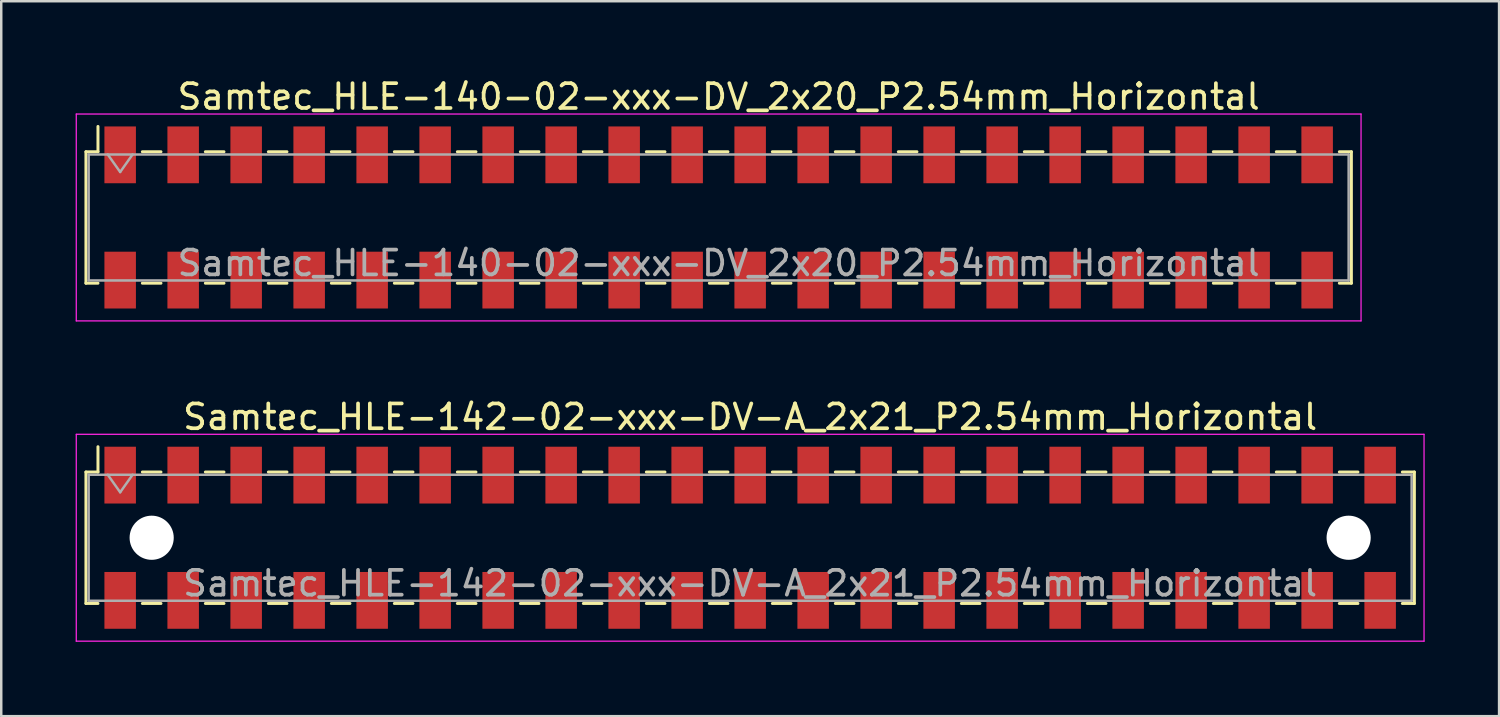
<source format=kicad_pcb>
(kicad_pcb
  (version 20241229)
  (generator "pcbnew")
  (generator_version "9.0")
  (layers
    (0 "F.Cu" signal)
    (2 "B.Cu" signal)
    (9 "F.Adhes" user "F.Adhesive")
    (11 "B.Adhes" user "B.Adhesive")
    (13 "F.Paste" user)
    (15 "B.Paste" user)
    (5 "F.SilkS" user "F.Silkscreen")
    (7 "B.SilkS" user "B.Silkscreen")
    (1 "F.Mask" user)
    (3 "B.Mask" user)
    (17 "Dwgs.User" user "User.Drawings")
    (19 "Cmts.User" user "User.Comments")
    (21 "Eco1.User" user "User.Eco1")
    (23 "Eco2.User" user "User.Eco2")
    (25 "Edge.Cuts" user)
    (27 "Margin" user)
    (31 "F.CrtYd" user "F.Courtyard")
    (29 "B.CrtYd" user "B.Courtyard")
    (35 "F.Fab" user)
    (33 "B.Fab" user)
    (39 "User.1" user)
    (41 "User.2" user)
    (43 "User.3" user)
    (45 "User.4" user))
  (footprint "Samtec_HLE-142-02-xxx-DV-A_2x21_P2.54mm_Horizontal"
    (layer "F.Cu")
    (at 27.195 18.631)
    (property "Reference" "Samtec_HLE-142-02-xxx-DV-A_2x21_P2.54mm_Horizontal" (at 0 -4.87 0) (layer "F.SilkS") (effects (font (size 1 1) (thickness 0.15))))
    (attr smd)
    (fp_line (start -26.78 -2.65) (end -26.78 2.65) (stroke (width 0.12) (type solid)) (layer "F.SilkS"))
    (fp_line (start -26.78 2.65) (end -26.295 2.65) (stroke (width 0.12) (type solid)) (layer "F.SilkS"))
    (fp_line (start -26.295 -3.67) (end -26.295 -2.65) (stroke (width 0.12) (type solid)) (layer "F.SilkS"))
    (fp_line (start -26.295 -2.65) (end -26.78 -2.65) (stroke (width 0.12) (type solid)) (layer "F.SilkS"))
    (fp_line (start -24.505 -2.65) (end -23.755 -2.65) (stroke (width 0.12) (type solid)) (layer "F.SilkS"))
    (fp_line (start -24.505 2.65) (end -23.755 2.65) (stroke (width 0.12) (type solid)) (layer "F.SilkS"))
    (fp_line (start -21.965 -2.65) (end -21.215 -2.65) (stroke (width 0.12) (type solid)) (layer "F.SilkS"))
    (fp_line (start -21.965 2.65) (end -21.215 2.65) (stroke (width 0.12) (type solid)) (layer "F.SilkS"))
    (fp_line (start -19.425 -2.65) (end -18.675 -2.65) (stroke (width 0.12) (type solid)) (layer "F.SilkS"))
    (fp_line (start -19.425 2.65) (end -18.675 2.65) (stroke (width 0.12) (type solid)) (layer "F.SilkS"))
    (fp_line (start -16.885 -2.65) (end -16.135 -2.65) (stroke (width 0.12) (type solid)) (layer "F.SilkS"))
    (fp_line (start -16.885 2.65) (end -16.135 2.65) (stroke (width 0.12) (type solid)) (layer "F.SilkS"))
    (fp_line (start -14.345 -2.65) (end -13.595 -2.65) (stroke (width 0.12) (type solid)) (layer "F.SilkS"))
    (fp_line (start -14.345 2.65) (end -13.595 2.65) (stroke (width 0.12) (type solid)) (layer "F.SilkS"))
    (fp_line (start -11.805 -2.65) (end -11.055 -2.65) (stroke (width 0.12) (type solid)) (layer "F.SilkS"))
    (fp_line (start -11.805 2.65) (end -11.055 2.65) (stroke (width 0.12) (type solid)) (layer "F.SilkS"))
    (fp_line (start -9.265 -2.65) (end -8.515 -2.65) (stroke (width 0.12) (type solid)) (layer "F.SilkS"))
    (fp_line (start -9.265 2.65) (end -8.515 2.65) (stroke (width 0.12) (type solid)) (layer "F.SilkS"))
    (fp_line (start -6.725 -2.65) (end -5.975 -2.65) (stroke (width 0.12) (type solid)) (layer "F.SilkS"))
    (fp_line (start -6.725 2.65) (end -5.975 2.65) (stroke (width 0.12) (type solid)) (layer "F.SilkS"))
    (fp_line (start -4.185 -2.65) (end -3.435 -2.65) (stroke (width 0.12) (type solid)) (layer "F.SilkS"))
    (fp_line (start -4.185 2.65) (end -3.435 2.65) (stroke (width 0.12) (type solid)) (layer "F.SilkS"))
    (fp_line (start -1.645 -2.65) (end -0.895 -2.65) (stroke (width 0.12) (type solid)) (layer "F.SilkS"))
    (fp_line (start -1.645 2.65) (end -0.895 2.65) (stroke (width 0.12) (type solid)) (layer "F.SilkS"))
    (fp_line (start 0.895 -2.65) (end 1.645 -2.65) (stroke (width 0.12) (type solid)) (layer "F.SilkS"))
    (fp_line (start 0.895 2.65) (end 1.645 2.65) (stroke (width 0.12) (type solid)) (layer "F.SilkS"))
    (fp_line (start 3.435 -2.65) (end 4.185 -2.65) (stroke (width 0.12) (type solid)) (layer "F.SilkS"))
    (fp_line (start 3.435 2.65) (end 4.185 2.65) (stroke (width 0.12) (type solid)) (layer "F.SilkS"))
    (fp_line (start 5.975 -2.65) (end 6.725 -2.65) (stroke (width 0.12) (type solid)) (layer "F.SilkS"))
    (fp_line (start 5.975 2.65) (end 6.725 2.65) (stroke (width 0.12) (type solid)) (layer "F.SilkS"))
    (fp_line (start 8.515 -2.65) (end 9.265 -2.65) (stroke (width 0.12) (type solid)) (layer "F.SilkS"))
    (fp_line (start 8.515 2.65) (end 9.265 2.65) (stroke (width 0.12) (type solid)) (layer "F.SilkS"))
    (fp_line (start 11.055 -2.65) (end 11.805 -2.65) (stroke (width 0.12) (type solid)) (layer "F.SilkS"))
    (fp_line (start 11.055 2.65) (end 11.805 2.65) (stroke (width 0.12) (type solid)) (layer "F.SilkS"))
    (fp_line (start 13.595 -2.65) (end 14.345 -2.65) (stroke (width 0.12) (type solid)) (layer "F.SilkS"))
    (fp_line (start 13.595 2.65) (end 14.345 2.65) (stroke (width 0.12) (type solid)) (layer "F.SilkS"))
    (fp_line (start 16.135 -2.65) (end 16.885 -2.65) (stroke (width 0.12) (type solid)) (layer "F.SilkS"))
    (fp_line (start 16.135 2.65) (end 16.885 2.65) (stroke (width 0.12) (type solid)) (layer "F.SilkS"))
    (fp_line (start 18.675 -2.65) (end 19.425 -2.65) (stroke (width 0.12) (type solid)) (layer "F.SilkS"))
    (fp_line (start 18.675 2.65) (end 19.425 2.65) (stroke (width 0.12) (type solid)) (layer "F.SilkS"))
    (fp_line (start 21.215 -2.65) (end 21.965 -2.65) (stroke (width 0.12) (type solid)) (layer "F.SilkS"))
    (fp_line (start 21.215 2.65) (end 21.965 2.65) (stroke (width 0.12) (type solid)) (layer "F.SilkS"))
    (fp_line (start 23.755 -2.65) (end 24.505 -2.65) (stroke (width 0.12) (type solid)) (layer "F.SilkS"))
    (fp_line (start 23.755 2.65) (end 24.505 2.65) (stroke (width 0.12) (type solid)) (layer "F.SilkS"))
    (fp_line (start 26.295 -2.65) (end 26.78 -2.65) (stroke (width 0.12) (type solid)) (layer "F.SilkS"))
    (fp_line (start 26.78 -2.65) (end 26.78 2.65) (stroke (width 0.12) (type solid)) (layer "F.SilkS"))
    (fp_line (start 26.78 2.65) (end 26.295 2.65) (stroke (width 0.12) (type solid)) (layer "F.SilkS"))
    (fp_line (start -27.17 -4.17) (end 27.17 -4.17) (stroke (width 0.05) (type solid)) (layer "F.CrtYd"))
    (fp_line (start -27.17 4.17) (end -27.17 -4.17) (stroke (width 0.05) (type solid)) (layer "F.CrtYd"))
    (fp_line (start 27.17 -4.17) (end 27.17 4.17) (stroke (width 0.05) (type solid)) (layer "F.CrtYd"))
    (fp_line (start 27.17 4.17) (end -27.17 4.17) (stroke (width 0.05) (type solid)) (layer "F.CrtYd"))
    (fp_line (start -26.67 -2.54) (end 26.67 -2.54) (stroke (width 0.1) (type solid)) (layer "F.Fab"))
    (fp_line (start -26.67 2.54) (end -26.67 -2.54) (stroke (width 0.1) (type solid)) (layer "F.Fab"))
    (fp_line (start -25.9 -2.54) (end -25.4 -1.833) (stroke (width 0.1) (type solid)) (layer "F.Fab"))
    (fp_line (start -25.4 -1.833) (end -24.9 -2.54) (stroke (width 0.1) (type solid)) (layer "F.Fab"))
    (fp_line (start 26.67 -2.54) (end 26.67 2.54) (stroke (width 0.1) (type solid)) (layer "F.Fab"))
    (fp_line (start 26.67 2.54) (end -26.67 2.54) (stroke (width 0.1) (type solid)) (layer "F.Fab"))
    (fp_text user "${REFERENCE}" (at 0 1.84 0) (layer "F.Fab") (effects (font (size 1 1) (thickness 0.15))))
    (pad "" np_thru_hole circle (at -24.13 0) (size 1.78 1.78) (drill 1.78) (layers "*.Cu" "*.Mask"))
    (pad "" np_thru_hole circle (at 24.13 0) (size 1.78 1.78) (drill 1.78) (layers "*.Cu" "*.Mask"))
    (pad "1" smd rect (at -25.4 -2.525) (size 1.27 2.29) (layers "F.Cu" "F.Mask" "F.Paste"))
    (pad "2" smd rect (at -25.4 2.525) (size 1.27 2.29) (layers "F.Cu" "F.Mask" "F.Paste"))
    (pad "3" smd rect (at -22.86 -2.525) (size 1.27 2.29) (layers "F.Cu" "F.Mask" "F.Paste"))
    (pad "4" smd rect (at -22.86 2.525) (size 1.27 2.29) (layers "F.Cu" "F.Mask" "F.Paste"))
    (pad "5" smd rect (at -20.32 -2.525) (size 1.27 2.29) (layers "F.Cu" "F.Mask" "F.Paste"))
    (pad "6" smd rect (at -20.32 2.525) (size 1.27 2.29) (layers "F.Cu" "F.Mask" "F.Paste"))
    (pad "7" smd rect (at -17.78 -2.525) (size 1.27 2.29) (layers "F.Cu" "F.Mask" "F.Paste"))
    (pad "8" smd rect (at -17.78 2.525) (size 1.27 2.29) (layers "F.Cu" "F.Mask" "F.Paste"))
    (pad "9" smd rect (at -15.24 -2.525) (size 1.27 2.29) (layers "F.Cu" "F.Mask" "F.Paste"))
    (pad "10" smd rect (at -15.24 2.525) (size 1.27 2.29) (layers "F.Cu" "F.Mask" "F.Paste"))
    (pad "11" smd rect (at -12.7 -2.525) (size 1.27 2.29) (layers "F.Cu" "F.Mask" "F.Paste"))
    (pad "12" smd rect (at -12.7 2.525) (size 1.27 2.29) (layers "F.Cu" "F.Mask" "F.Paste"))
    (pad "13" smd rect (at -10.16 -2.525) (size 1.27 2.29) (layers "F.Cu" "F.Mask" "F.Paste"))
    (pad "14" smd rect (at -10.16 2.525) (size 1.27 2.29) (layers "F.Cu" "F.Mask" "F.Paste"))
    (pad "15" smd rect (at -7.62 -2.525) (size 1.27 2.29) (layers "F.Cu" "F.Mask" "F.Paste"))
    (pad "16" smd rect (at -7.62 2.525) (size 1.27 2.29) (layers "F.Cu" "F.Mask" "F.Paste"))
    (pad "17" smd rect (at -5.08 -2.525) (size 1.27 2.29) (layers "F.Cu" "F.Mask" "F.Paste"))
    (pad "18" smd rect (at -5.08 2.525) (size 1.27 2.29) (layers "F.Cu" "F.Mask" "F.Paste"))
    (pad "19" smd rect (at -2.54 -2.525) (size 1.27 2.29) (layers "F.Cu" "F.Mask" "F.Paste"))
    (pad "20" smd rect (at -2.54 2.525) (size 1.27 2.29) (layers "F.Cu" "F.Mask" "F.Paste"))
    (pad "21" smd rect (at 0 -2.525) (size 1.27 2.29) (layers "F.Cu" "F.Mask" "F.Paste"))
    (pad "22" smd rect (at 0 2.525) (size 1.27 2.29) (layers "F.Cu" "F.Mask" "F.Paste"))
    (pad "23" smd rect (at 2.54 -2.525) (size 1.27 2.29) (layers "F.Cu" "F.Mask" "F.Paste"))
    (pad "24" smd rect (at 2.54 2.525) (size 1.27 2.29) (layers "F.Cu" "F.Mask" "F.Paste"))
    (pad "25" smd rect (at 5.08 -2.525) (size 1.27 2.29) (layers "F.Cu" "F.Mask" "F.Paste"))
    (pad "26" smd rect (at 5.08 2.525) (size 1.27 2.29) (layers "F.Cu" "F.Mask" "F.Paste"))
    (pad "27" smd rect (at 7.62 -2.525) (size 1.27 2.29) (layers "F.Cu" "F.Mask" "F.Paste"))
    (pad "28" smd rect (at 7.62 2.525) (size 1.27 2.29) (layers "F.Cu" "F.Mask" "F.Paste"))
    (pad "29" smd rect (at 10.16 -2.525) (size 1.27 2.29) (layers "F.Cu" "F.Mask" "F.Paste"))
    (pad "30" smd rect (at 10.16 2.525) (size 1.27 2.29) (layers "F.Cu" "F.Mask" "F.Paste"))
    (pad "31" smd rect (at 12.7 -2.525) (size 1.27 2.29) (layers "F.Cu" "F.Mask" "F.Paste"))
    (pad "32" smd rect (at 12.7 2.525) (size 1.27 2.29) (layers "F.Cu" "F.Mask" "F.Paste"))
    (pad "33" smd rect (at 15.24 -2.525) (size 1.27 2.29) (layers "F.Cu" "F.Mask" "F.Paste"))
    (pad "34" smd rect (at 15.24 2.525) (size 1.27 2.29) (layers "F.Cu" "F.Mask" "F.Paste"))
    (pad "35" smd rect (at 17.78 -2.525) (size 1.27 2.29) (layers "F.Cu" "F.Mask" "F.Paste"))
    (pad "36" smd rect (at 17.78 2.525) (size 1.27 2.29) (layers "F.Cu" "F.Mask" "F.Paste"))
    (pad "37" smd rect (at 20.32 -2.525) (size 1.27 2.29) (layers "F.Cu" "F.Mask" "F.Paste"))
    (pad "38" smd rect (at 20.32 2.525) (size 1.27 2.29) (layers "F.Cu" "F.Mask" "F.Paste"))
    (pad "39" smd rect (at 22.86 -2.525) (size 1.27 2.29) (layers "F.Cu" "F.Mask" "F.Paste"))
    (pad "40" smd rect (at 22.86 2.525) (size 1.27 2.29) (layers "F.Cu" "F.Mask" "F.Paste"))
    (pad "41" smd rect (at 25.4 -2.525) (size 1.27 2.29) (layers "F.Cu" "F.Mask" "F.Paste"))
    (pad "42" smd rect (at 25.4 2.525) (size 1.27 2.29) (layers "F.Cu" "F.Mask" "F.Paste")))
  (footprint "Samtec_HLE-140-02-xxx-DV_2x20_P2.54mm_Horizontal"
    (layer "F.Cu")
    (at 25.925 5.718)
    (property "Reference" "Samtec_HLE-140-02-xxx-DV_2x20_P2.54mm_Horizontal" (at 0 -4.87 0) (layer "F.SilkS") (effects (font (size 1 1) (thickness 0.15))))
    (attr smd)
    (fp_line (start -25.51 -2.65) (end -25.51 2.65) (stroke (width 0.12) (type solid)) (layer "F.SilkS"))
    (fp_line (start -25.51 2.65) (end -25.025 2.65) (stroke (width 0.12) (type solid)) (layer "F.SilkS"))
    (fp_line (start -25.025 -3.67) (end -25.025 -2.65) (stroke (width 0.12) (type solid)) (layer "F.SilkS"))
    (fp_line (start -25.025 -2.65) (end -25.51 -2.65) (stroke (width 0.12) (type solid)) (layer "F.SilkS"))
    (fp_line (start -23.235 -2.65) (end -22.485 -2.65) (stroke (width 0.12) (type solid)) (layer "F.SilkS"))
    (fp_line (start -23.235 2.65) (end -22.485 2.65) (stroke (width 0.12) (type solid)) (layer "F.SilkS"))
    (fp_line (start -20.695 -2.65) (end -19.945 -2.65) (stroke (width 0.12) (type solid)) (layer "F.SilkS"))
    (fp_line (start -20.695 2.65) (end -19.945 2.65) (stroke (width 0.12) (type solid)) (layer "F.SilkS"))
    (fp_line (start -18.155 -2.65) (end -17.405 -2.65) (stroke (width 0.12) (type solid)) (layer "F.SilkS"))
    (fp_line (start -18.155 2.65) (end -17.405 2.65) (stroke (width 0.12) (type solid)) (layer "F.SilkS"))
    (fp_line (start -15.615 -2.65) (end -14.865 -2.65) (stroke (width 0.12) (type solid)) (layer "F.SilkS"))
    (fp_line (start -15.615 2.65) (end -14.865 2.65) (stroke (width 0.12) (type solid)) (layer "F.SilkS"))
    (fp_line (start -13.075 -2.65) (end -12.325 -2.65) (stroke (width 0.12) (type solid)) (layer "F.SilkS"))
    (fp_line (start -13.075 2.65) (end -12.325 2.65) (stroke (width 0.12) (type solid)) (layer "F.SilkS"))
    (fp_line (start -10.535 -2.65) (end -9.785 -2.65) (stroke (width 0.12) (type solid)) (layer "F.SilkS"))
    (fp_line (start -10.535 2.65) (end -9.785 2.65) (stroke (width 0.12) (type solid)) (layer "F.SilkS"))
    (fp_line (start -7.995 -2.65) (end -7.245 -2.65) (stroke (width 0.12) (type solid)) (layer "F.SilkS"))
    (fp_line (start -7.995 2.65) (end -7.245 2.65) (stroke (width 0.12) (type solid)) (layer "F.SilkS"))
    (fp_line (start -5.455 -2.65) (end -4.705 -2.65) (stroke (width 0.12) (type solid)) (layer "F.SilkS"))
    (fp_line (start -5.455 2.65) (end -4.705 2.65) (stroke (width 0.12) (type solid)) (layer "F.SilkS"))
    (fp_line (start -2.915 -2.65) (end -2.165 -2.65) (stroke (width 0.12) (type solid)) (layer "F.SilkS"))
    (fp_line (start -2.915 2.65) (end -2.165 2.65) (stroke (width 0.12) (type solid)) (layer "F.SilkS"))
    (fp_line (start -0.375 -2.65) (end 0.375 -2.65) (stroke (width 0.12) (type solid)) (layer "F.SilkS"))
    (fp_line (start -0.375 2.65) (end 0.375 2.65) (stroke (width 0.12) (type solid)) (layer "F.SilkS"))
    (fp_line (start 2.165 -2.65) (end 2.915 -2.65) (stroke (width 0.12) (type solid)) (layer "F.SilkS"))
    (fp_line (start 2.165 2.65) (end 2.915 2.65) (stroke (width 0.12) (type solid)) (layer "F.SilkS"))
    (fp_line (start 4.705 -2.65) (end 5.455 -2.65) (stroke (width 0.12) (type solid)) (layer "F.SilkS"))
    (fp_line (start 4.705 2.65) (end 5.455 2.65) (stroke (width 0.12) (type solid)) (layer "F.SilkS"))
    (fp_line (start 7.245 -2.65) (end 7.995 -2.65) (stroke (width 0.12) (type solid)) (layer "F.SilkS"))
    (fp_line (start 7.245 2.65) (end 7.995 2.65) (stroke (width 0.12) (type solid)) (layer "F.SilkS"))
    (fp_line (start 9.785 -2.65) (end 10.535 -2.65) (stroke (width 0.12) (type solid)) (layer "F.SilkS"))
    (fp_line (start 9.785 2.65) (end 10.535 2.65) (stroke (width 0.12) (type solid)) (layer "F.SilkS"))
    (fp_line (start 12.325 -2.65) (end 13.075 -2.65) (stroke (width 0.12) (type solid)) (layer "F.SilkS"))
    (fp_line (start 12.325 2.65) (end 13.075 2.65) (stroke (width 0.12) (type solid)) (layer "F.SilkS"))
    (fp_line (start 14.865 -2.65) (end 15.615 -2.65) (stroke (width 0.12) (type solid)) (layer "F.SilkS"))
    (fp_line (start 14.865 2.65) (end 15.615 2.65) (stroke (width 0.12) (type solid)) (layer "F.SilkS"))
    (fp_line (start 17.405 -2.65) (end 18.155 -2.65) (stroke (width 0.12) (type solid)) (layer "F.SilkS"))
    (fp_line (start 17.405 2.65) (end 18.155 2.65) (stroke (width 0.12) (type solid)) (layer "F.SilkS"))
    (fp_line (start 19.945 -2.65) (end 20.695 -2.65) (stroke (width 0.12) (type solid)) (layer "F.SilkS"))
    (fp_line (start 19.945 2.65) (end 20.695 2.65) (stroke (width 0.12) (type solid)) (layer "F.SilkS"))
    (fp_line (start 22.485 -2.65) (end 23.235 -2.65) (stroke (width 0.12) (type solid)) (layer "F.SilkS"))
    (fp_line (start 22.485 2.65) (end 23.235 2.65) (stroke (width 0.12) (type solid)) (layer "F.SilkS"))
    (fp_line (start 25.025 -2.65) (end 25.51 -2.65) (stroke (width 0.12) (type solid)) (layer "F.SilkS"))
    (fp_line (start 25.51 -2.65) (end 25.51 2.65) (stroke (width 0.12) (type solid)) (layer "F.SilkS"))
    (fp_line (start 25.51 2.65) (end 25.025 2.65) (stroke (width 0.12) (type solid)) (layer "F.SilkS"))
    (fp_line (start -25.9 -4.17) (end 25.9 -4.17) (stroke (width 0.05) (type solid)) (layer "F.CrtYd"))
    (fp_line (start -25.9 4.17) (end -25.9 -4.17) (stroke (width 0.05) (type solid)) (layer "F.CrtYd"))
    (fp_line (start 25.9 -4.17) (end 25.9 4.17) (stroke (width 0.05) (type solid)) (layer "F.CrtYd"))
    (fp_line (start 25.9 4.17) (end -25.9 4.17) (stroke (width 0.05) (type solid)) (layer "F.CrtYd"))
    (fp_line (start -25.4 -2.54) (end 25.4 -2.54) (stroke (width 0.1) (type solid)) (layer "F.Fab"))
    (fp_line (start -25.4 2.54) (end -25.4 -2.54) (stroke (width 0.1) (type solid)) (layer "F.Fab"))
    (fp_line (start -24.63 -2.54) (end -24.13 -1.833) (stroke (width 0.1) (type solid)) (layer "F.Fab"))
    (fp_line (start -24.13 -1.833) (end -23.63 -2.54) (stroke (width 0.1) (type solid)) (layer "F.Fab"))
    (fp_line (start 25.4 -2.54) (end 25.4 2.54) (stroke (width 0.1) (type solid)) (layer "F.Fab"))
    (fp_line (start 25.4 2.54) (end -25.4 2.54) (stroke (width 0.1) (type solid)) (layer "F.Fab"))
    (fp_text user "${REFERENCE}" (at 0 1.84 0) (layer "F.Fab") (effects (font (size 1 1) (thickness 0.15))))
    (pad "1" smd rect (at -24.13 -2.525) (size 1.27 2.29) (layers "F.Cu" "F.Mask" "F.Paste"))
    (pad "2" smd rect (at -24.13 2.525) (size 1.27 2.29) (layers "F.Cu" "F.Mask" "F.Paste"))
    (pad "3" smd rect (at -21.59 -2.525) (size 1.27 2.29) (layers "F.Cu" "F.Mask" "F.Paste"))
    (pad "4" smd rect (at -21.59 2.525) (size 1.27 2.29) (layers "F.Cu" "F.Mask" "F.Paste"))
    (pad "5" smd rect (at -19.05 -2.525) (size 1.27 2.29) (layers "F.Cu" "F.Mask" "F.Paste"))
    (pad "6" smd rect (at -19.05 2.525) (size 1.27 2.29) (layers "F.Cu" "F.Mask" "F.Paste"))
    (pad "7" smd rect (at -16.51 -2.525) (size 1.27 2.29) (layers "F.Cu" "F.Mask" "F.Paste"))
    (pad "8" smd rect (at -16.51 2.525) (size 1.27 2.29) (layers "F.Cu" "F.Mask" "F.Paste"))
    (pad "9" smd rect (at -13.97 -2.525) (size 1.27 2.29) (layers "F.Cu" "F.Mask" "F.Paste"))
    (pad "10" smd rect (at -13.97 2.525) (size 1.27 2.29) (layers "F.Cu" "F.Mask" "F.Paste"))
    (pad "11" smd rect (at -11.43 -2.525) (size 1.27 2.29) (layers "F.Cu" "F.Mask" "F.Paste"))
    (pad "12" smd rect (at -11.43 2.525) (size 1.27 2.29) (layers "F.Cu" "F.Mask" "F.Paste"))
    (pad "13" smd rect (at -8.89 -2.525) (size 1.27 2.29) (layers "F.Cu" "F.Mask" "F.Paste"))
    (pad "14" smd rect (at -8.89 2.525) (size 1.27 2.29) (layers "F.Cu" "F.Mask" "F.Paste"))
    (pad "15" smd rect (at -6.35 -2.525) (size 1.27 2.29) (layers "F.Cu" "F.Mask" "F.Paste"))
    (pad "16" smd rect (at -6.35 2.525) (size 1.27 2.29) (layers "F.Cu" "F.Mask" "F.Paste"))
    (pad "17" smd rect (at -3.81 -2.525) (size 1.27 2.29) (layers "F.Cu" "F.Mask" "F.Paste"))
    (pad "18" smd rect (at -3.81 2.525) (size 1.27 2.29) (layers "F.Cu" "F.Mask" "F.Paste"))
    (pad "19" smd rect (at -1.27 -2.525) (size 1.27 2.29) (layers "F.Cu" "F.Mask" "F.Paste"))
    (pad "20" smd rect (at -1.27 2.525) (size 1.27 2.29) (layers "F.Cu" "F.Mask" "F.Paste"))
    (pad "21" smd rect (at 1.27 -2.525) (size 1.27 2.29) (layers "F.Cu" "F.Mask" "F.Paste"))
    (pad "22" smd rect (at 1.27 2.525) (size 1.27 2.29) (layers "F.Cu" "F.Mask" "F.Paste"))
    (pad "23" smd rect (at 3.81 -2.525) (size 1.27 2.29) (layers "F.Cu" "F.Mask" "F.Paste"))
    (pad "24" smd rect (at 3.81 2.525) (size 1.27 2.29) (layers "F.Cu" "F.Mask" "F.Paste"))
    (pad "25" smd rect (at 6.35 -2.525) (size 1.27 2.29) (layers "F.Cu" "F.Mask" "F.Paste"))
    (pad "26" smd rect (at 6.35 2.525) (size 1.27 2.29) (layers "F.Cu" "F.Mask" "F.Paste"))
    (pad "27" smd rect (at 8.89 -2.525) (size 1.27 2.29) (layers "F.Cu" "F.Mask" "F.Paste"))
    (pad "28" smd rect (at 8.89 2.525) (size 1.27 2.29) (layers "F.Cu" "F.Mask" "F.Paste"))
    (pad "29" smd rect (at 11.43 -2.525) (size 1.27 2.29) (layers "F.Cu" "F.Mask" "F.Paste"))
    (pad "30" smd rect (at 11.43 2.525) (size 1.27 2.29) (layers "F.Cu" "F.Mask" "F.Paste"))
    (pad "31" smd rect (at 13.97 -2.525) (size 1.27 2.29) (layers "F.Cu" "F.Mask" "F.Paste"))
    (pad "32" smd rect (at 13.97 2.525) (size 1.27 2.29) (layers "F.Cu" "F.Mask" "F.Paste"))
    (pad "33" smd rect (at 16.51 -2.525) (size 1.27 2.29) (layers "F.Cu" "F.Mask" "F.Paste"))
    (pad "34" smd rect (at 16.51 2.525) (size 1.27 2.29) (layers "F.Cu" "F.Mask" "F.Paste"))
    (pad "35" smd rect (at 19.05 -2.525) (size 1.27 2.29) (layers "F.Cu" "F.Mask" "F.Paste"))
    (pad "36" smd rect (at 19.05 2.525) (size 1.27 2.29) (layers "F.Cu" "F.Mask" "F.Paste"))
    (pad "37" smd rect (at 21.59 -2.525) (size 1.27 2.29) (layers "F.Cu" "F.Mask" "F.Paste"))
    (pad "38" smd rect (at 21.59 2.525) (size 1.27 2.29) (layers "F.Cu" "F.Mask" "F.Paste"))
    (pad "39" smd rect (at 24.13 -2.525) (size 1.27 2.29) (layers "F.Cu" "F.Mask" "F.Paste"))
    (pad "40" smd rect (at 24.13 2.525) (size 1.27 2.29) (layers "F.Cu" "F.Mask" "F.Paste")))
  (gr_rect
    (start -3 -3)
    (end 57.39 25.826)
    (stroke (width 0.1) (type default))
    (fill no)
    (layer "Edge.Cuts")))
</source>
